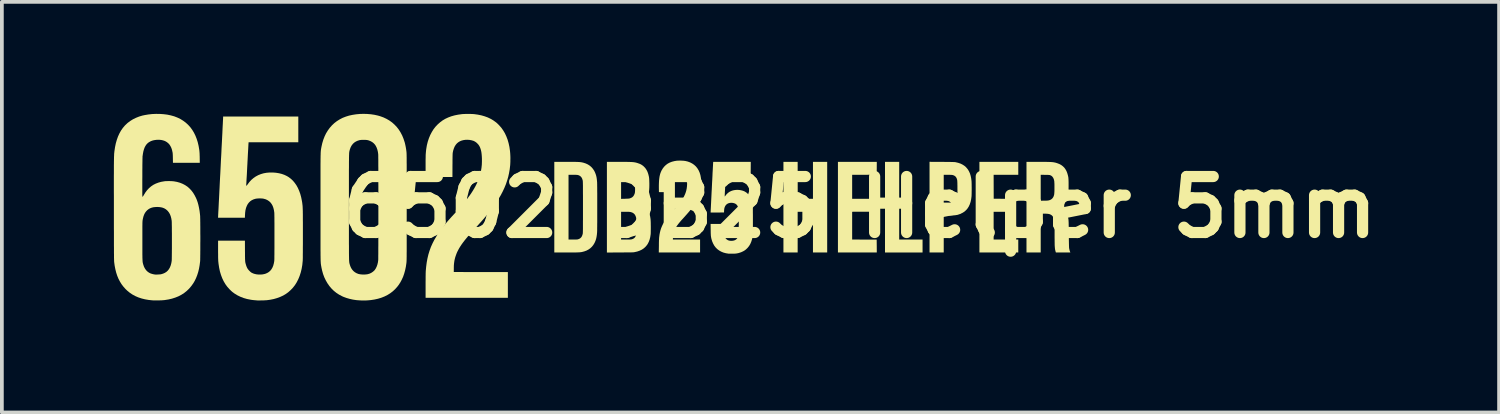
<source format=kicad_pcb>
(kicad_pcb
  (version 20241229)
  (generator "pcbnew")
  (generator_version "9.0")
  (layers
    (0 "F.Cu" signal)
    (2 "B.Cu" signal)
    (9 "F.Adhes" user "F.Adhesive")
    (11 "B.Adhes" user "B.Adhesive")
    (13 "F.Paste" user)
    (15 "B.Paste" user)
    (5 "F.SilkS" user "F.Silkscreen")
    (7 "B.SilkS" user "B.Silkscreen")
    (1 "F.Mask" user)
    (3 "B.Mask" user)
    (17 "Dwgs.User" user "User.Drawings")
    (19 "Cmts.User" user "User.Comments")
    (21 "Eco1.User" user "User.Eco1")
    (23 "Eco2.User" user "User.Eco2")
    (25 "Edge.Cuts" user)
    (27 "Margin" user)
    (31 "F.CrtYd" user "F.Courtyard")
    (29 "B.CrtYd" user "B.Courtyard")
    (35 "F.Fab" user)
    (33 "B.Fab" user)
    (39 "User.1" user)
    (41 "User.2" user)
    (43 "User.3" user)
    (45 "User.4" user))
  (footprint "6502 DB25 Helper 5mm"
    (layer "F.Cu")
    (at 19.987 2.5)
    (property "Reference" "6502 DB25 Helper 5mm" (at 0 0 0) (layer "F.SilkS") (effects (font (size 1.5 1.5) (thickness 0.3))))
    (attr board_only exclude_from_pos_files exclude_from_bom)
    (fp_poly (pts (xy 1.051 -0.173) (xy 1.051 0.867) (xy 1.364 0.867) (xy 1.677 0.867) (xy 1.677 1.041) (xy 1.677 1.214) (xy 1.174 1.214) (xy 0.671 1.214) (xy 0.671 0) (xy 0.671 -1.214) (xy 0.861 -1.214) (xy 1.051 -1.214)) (stroke (width 0) (type solid)) (fill yes) (layer "F.SilkS"))
    (fp_poly (pts (xy -1.668 -0.72) (xy -1.667 -0.226) (xy -1.463 -0.225) (xy -1.259 -0.224) (xy -1.259 -0.719) (xy -1.259 -1.214) (xy -1.068 -1.214) (xy -0.878 -1.214) (xy -0.878 0) (xy -0.878 1.214) (xy -1.068 1.214) (xy -1.259 1.214) (xy -1.259 0.668) (xy -1.259 0.123) (xy -1.464 0.123) (xy -1.669 0.123) (xy -1.669 0.668) (xy -1.669 1.214) (xy -1.859 1.214) (xy -2.05 1.214) (xy -2.05 0) (xy -2.05 -1.214) (xy -1.859 -1.214) (xy -1.669 -1.214)) (stroke (width 0) (type solid)) (fill yes) (layer "F.SilkS"))
    (fp_poly (pts (xy 0.45 -1.042) (xy 0.448 -0.869) (xy 0.12 -0.868) (xy -0.209 -0.867) (xy -0.209 -0.546) (xy -0.209 -0.224) (xy 0.053 -0.224) (xy 0.315 -0.224) (xy 0.314 -0.052) (xy 0.313 0.121) (xy 0.052 0.122) (xy -0.209 0.123) (xy -0.209 0.495) (xy -0.209 0.867) (xy 0.12 0.868) (xy 0.448 0.869) (xy 0.45 1.042) (xy 0.451 1.214) (xy -0.07 1.214) (xy -0.59 1.214) (xy -0.59 0) (xy -0.59 -1.214) (xy -0.07 -1.214) (xy 0.451 -1.214)) (stroke (width 0) (type solid)) (fill yes) (layer "F.SilkS"))
    (fp_poly (pts (xy 4.241 -1.041) (xy 4.241 -0.867) (xy 3.911 -0.867) (xy 3.581 -0.867) (xy 3.582 -0.547) (xy 3.583 -0.226) (xy 3.844 -0.225) (xy 4.106 -0.224) (xy 4.106 -0.051) (xy 4.106 0.123) (xy 3.843 0.123) (xy 3.581 0.123) (xy 3.581 0.495) (xy 3.581 0.867) (xy 3.911 0.867) (xy 4.241 0.867) (xy 4.241 1.041) (xy 4.241 1.214) (xy 3.721 1.214) (xy 3.2 1.214) (xy 3.2 0) (xy 3.2 -1.214) (xy 3.721 -1.214) (xy 4.241 -1.214)) (stroke (width 0) (type solid)) (fill yes) (layer "F.SilkS"))
    (fp_poly (pts (xy 2.197 -1.213) (xy 2.259 -1.213) (xy 2.313 -1.212) (xy 2.36 -1.212) (xy 2.401 -1.212) (xy 2.435 -1.211) (xy 2.464 -1.211) (xy 2.488 -1.21) (xy 2.508 -1.209) (xy 2.524 -1.209) (xy 2.537 -1.208) (xy 2.548 -1.207) (xy 2.557 -1.206) (xy 2.565 -1.204) (xy 2.566 -1.204) (xy 2.632 -1.188) (xy 2.692 -1.168) (xy 2.745 -1.142) (xy 2.793 -1.112) (xy 2.835 -1.077) (xy 2.872 -1.035) (xy 2.895 -1.005) (xy 2.923 -0.956) (xy 2.947 -0.902) (xy 2.965 -0.842) (xy 2.979 -0.777) (xy 2.988 -0.706) (xy 2.989 -0.696) (xy 2.99 -0.675) (xy 2.991 -0.647) (xy 2.992 -0.613) (xy 2.992 -0.575) (xy 2.993 -0.534) (xy 2.993 -0.492) (xy 2.993 -0.45) (xy 2.992 -0.41) (xy 2.992 -0.372) (xy 2.991 -0.339) (xy 2.99 -0.311) (xy 2.989 -0.291) (xy 2.989 -0.29) (xy 2.979 -0.213) (xy 2.964 -0.143) (xy 2.943 -0.079) (xy 2.917 -0.022) (xy 2.885 0.03) (xy 2.847 0.075) (xy 2.804 0.115) (xy 2.754 0.148) (xy 2.699 0.175) (xy 2.69 0.179) (xy 2.658 0.191) (xy 2.626 0.201) (xy 2.593 0.209) (xy 2.557 0.215) (xy 2.518 0.219) (xy 2.473 0.222) (xy 2.423 0.224) (xy 2.366 0.224) (xy 2.244 0.224) (xy 2.244 0.719) (xy 2.244 1.214) (xy 2.054 1.214) (xy 1.864 1.214) (xy 1.864 -0.000213) (xy 1.864 -0.495) (xy 2.244 -0.495) (xy 2.244 -0.123) (xy 2.353 -0.123) (xy 2.389 -0.123) (xy 2.418 -0.123) (xy 2.441 -0.124) (xy 2.459 -0.125) (xy 2.473 -0.127) (xy 2.484 -0.129) (xy 2.487 -0.129) (xy 2.522 -0.142) (xy 2.551 -0.161) (xy 2.574 -0.186) (xy 2.591 -0.217) (xy 2.598 -0.236) (xy 2.601 -0.25) (xy 2.604 -0.265) (xy 2.607 -0.283) (xy 2.609 -0.305) (xy 2.61 -0.33) (xy 2.611 -0.361) (xy 2.612 -0.397) (xy 2.612 -0.439) (xy 2.611 -0.489) (xy 2.611 -0.523) (xy 2.611 -0.569) (xy 2.61 -0.607) (xy 2.61 -0.639) (xy 2.609 -0.664) (xy 2.608 -0.685) (xy 2.607 -0.701) (xy 2.606 -0.714) (xy 2.605 -0.725) (xy 2.603 -0.734) (xy 2.602 -0.738) (xy 2.59 -0.775) (xy 2.573 -0.804) (xy 2.552 -0.828) (xy 2.526 -0.845) (xy 2.513 -0.851) (xy 2.5 -0.856) (xy 2.487 -0.86) (xy 2.472 -0.863) (xy 2.454 -0.865) (xy 2.432 -0.866) (xy 2.405 -0.867) (xy 2.37 -0.867) (xy 2.353 -0.867) (xy 2.244 -0.867) (xy 2.244 -0.495) (xy 1.864 -0.495) (xy 1.864 -1.215)) (stroke (width 0) (type solid)) (fill yes) (layer "F.SilkS"))
    (fp_poly (pts (xy -4.785 -1.247) (xy -4.75 -1.245) (xy -4.717 -1.243) (xy -4.69 -1.239) (xy -4.679 -1.238) (xy -4.612 -1.222) (xy -4.55 -1.199) (xy -4.494 -1.17) (xy -4.443 -1.135) (xy -4.398 -1.094) (xy -4.359 -1.047) (xy -4.326 -0.993) (xy -4.318 -0.979) (xy -4.294 -0.923) (xy -4.275 -0.861) (xy -4.262 -0.795) (xy -4.253 -0.725) (xy -4.25 -0.653) (xy -4.252 -0.58) (xy -4.26 -0.507) (xy -4.273 -0.436) (xy -4.283 -0.392) (xy -4.307 -0.318) (xy -4.337 -0.246) (xy -4.373 -0.173) (xy -4.416 -0.099) (xy -4.467 -0.023) (xy -4.489 0.008) (xy -4.512 0.039) (xy -4.538 0.071) (xy -4.565 0.105) (xy -4.596 0.141) (xy -4.631 0.181) (xy -4.67 0.225) (xy -4.714 0.274) (xy -4.736 0.299) (xy -4.784 0.351) (xy -4.825 0.399) (xy -4.861 0.443) (xy -4.891 0.483) (xy -4.917 0.521) (xy -4.939 0.557) (xy -4.958 0.592) (xy -4.972 0.625) (xy -4.984 0.659) (xy -4.994 0.694) (xy -4.994 0.695) (xy -4.998 0.715) (xy -5.002 0.742) (xy -5.006 0.771) (xy -5.009 0.801) (xy -5.01 0.83) (xy -5.011 0.849) (xy -5.011 0.867) (xy -4.647 0.867) (xy -4.283 0.867) (xy -4.283 1.041) (xy -4.283 1.214) (xy -4.836 1.214) (xy -5.389 1.214) (xy -5.386 1.029) (xy -5.386 0.975) (xy -5.385 0.928) (xy -5.384 0.889) (xy -5.382 0.856) (xy -5.381 0.829) (xy -5.379 0.806) (xy -5.377 0.791) (xy -5.369 0.731) (xy -5.358 0.675) (xy -5.345 0.622) (xy -5.329 0.571) (xy -5.309 0.521) (xy -5.287 0.472) (xy -5.26 0.422) (xy -5.229 0.372) (xy -5.193 0.32) (xy -5.152 0.266) (xy -5.106 0.209) (xy -5.053 0.148) (xy -5.002 0.09) (xy -4.946 0.028) (xy -4.896 -0.03) (xy -4.852 -0.084) (xy -4.813 -0.134) (xy -4.779 -0.181) (xy -4.75 -0.225) (xy -4.724 -0.268) (xy -4.703 -0.31) (xy -4.684 -0.351) (xy -4.669 -0.392) (xy -4.656 -0.434) (xy -4.653 -0.445) (xy -4.642 -0.496) (xy -4.635 -0.549) (xy -4.631 -0.604) (xy -4.631 -0.658) (xy -4.635 -0.709) (xy -4.642 -0.755) (xy -4.648 -0.776) (xy -4.662 -0.812) (xy -4.682 -0.842) (xy -4.707 -0.867) (xy -4.739 -0.885) (xy -4.775 -0.897) (xy -4.816 -0.902) (xy -4.861 -0.9) (xy -4.862 -0.9) (xy -4.901 -0.892) (xy -4.934 -0.878) (xy -4.963 -0.857) (xy -4.986 -0.829) (xy -4.996 -0.811) (xy -5.003 -0.797) (xy -5.009 -0.783) (xy -5.013 -0.77) (xy -5.017 -0.756) (xy -5.02 -0.739) (xy -5.022 -0.719) (xy -5.023 -0.696) (xy -5.025 -0.667) (xy -5.026 -0.633) (xy -5.026 -0.592) (xy -5.027 -0.562) (xy -5.029 -0.402) (xy -5.207 -0.403) (xy -5.385 -0.404) (xy -5.387 -0.512) (xy -5.387 -0.587) (xy -5.385 -0.654) (xy -5.382 -0.715) (xy -5.376 -0.77) (xy -5.369 -0.819) (xy -5.359 -0.864) (xy -5.347 -0.906) (xy -5.332 -0.945) (xy -5.315 -0.982) (xy -5.314 -0.985) (xy -5.281 -1.039) (xy -5.243 -1.087) (xy -5.2 -1.129) (xy -5.152 -1.165) (xy -5.098 -1.194) (xy -5.038 -1.217) (xy -4.972 -1.234) (xy -4.913 -1.244) (xy -4.888 -1.246) (xy -4.857 -1.247) (xy -4.822 -1.247)) (stroke (width 0) (type solid)) (fill yes) (layer "F.SilkS"))
    (fp_poly (pts (xy -7.804 -1.214) (xy -7.746 -1.214) (xy -7.696 -1.214) (xy -7.652 -1.213) (xy -7.613 -1.213) (xy -7.58 -1.212) (xy -7.552 -1.211) (xy -7.527 -1.21) (xy -7.505 -1.208) (xy -7.486 -1.206) (xy -7.469 -1.204) (xy -7.453 -1.201) (xy -7.438 -1.198) (xy -7.422 -1.194) (xy -7.408 -1.191) (xy -7.346 -1.171) (xy -7.29 -1.145) (xy -7.24 -1.113) (xy -7.195 -1.075) (xy -7.156 -1.03) (xy -7.122 -0.98) (xy -7.11 -0.957) (xy -7.089 -0.91) (xy -7.071 -0.86) (xy -7.058 -0.807) (xy -7.049 -0.749) (xy -7.043 -0.685) (xy -7.042 -0.675) (xy -7.041 -0.66) (xy -7.041 -0.638) (xy -7.04 -0.608) (xy -7.04 -0.572) (xy -7.039 -0.529) (xy -7.039 -0.482) (xy -7.039 -0.429) (xy -7.038 -0.373) (xy -7.038 -0.312) (xy -7.038 -0.249) (xy -7.038 -0.184) (xy -7.038 -0.117) (xy -7.038 -0.049) (xy -7.038 0.019) (xy -7.038 0.088) (xy -7.038 0.155) (xy -7.038 0.221) (xy -7.038 0.285) (xy -7.038 0.347) (xy -7.038 0.405) (xy -7.039 0.459) (xy -7.039 0.509) (xy -7.04 0.554) (xy -7.04 0.593) (xy -7.04 0.626) (xy -7.041 0.651) (xy -7.042 0.669) (xy -7.042 0.675) (xy -7.048 0.74) (xy -7.057 0.799) (xy -7.069 0.853) (xy -7.086 0.903) (xy -7.107 0.951) (xy -7.11 0.957) (xy -7.142 1.011) (xy -7.179 1.058) (xy -7.222 1.099) (xy -7.27 1.133) (xy -7.324 1.162) (xy -7.384 1.184) (xy -7.433 1.197) (xy -7.447 1.2) (xy -7.461 1.203) (xy -7.476 1.205) (xy -7.493 1.207) (xy -7.511 1.209) (xy -7.532 1.21) (xy -7.556 1.211) (xy -7.584 1.212) (xy -7.617 1.213) (xy -7.655 1.213) (xy -7.699 1.214) (xy -7.75 1.214) (xy -7.807 1.214) (xy -7.87 1.214) (xy -8.188 1.214) (xy -8.188 0) (xy -7.807 0) (xy -7.807 0.867) (xy -7.692 0.867) (xy -7.653 0.867) (xy -7.622 0.867) (xy -7.597 0.866) (xy -7.578 0.865) (xy -7.564 0.863) (xy -7.554 0.861) (xy -7.519 0.848) (xy -7.49 0.83) (xy -7.466 0.806) (xy -7.447 0.775) (xy -7.433 0.737) (xy -7.428 0.718) (xy -7.427 0.714) (xy -7.426 0.708) (xy -7.425 0.702) (xy -7.424 0.694) (xy -7.424 0.683) (xy -7.423 0.671) (xy -7.423 0.655) (xy -7.422 0.637) (xy -7.422 0.614) (xy -7.421 0.588) (xy -7.421 0.557) (xy -7.421 0.522) (xy -7.421 0.481) (xy -7.421 0.434) (xy -7.421 0.382) (xy -7.42 0.323) (xy -7.42 0.258) (xy -7.42 0.185) (xy -7.42 0.104) (xy -7.42 0.016) (xy -7.42 0) (xy -7.42 -0.09) (xy -7.42 -0.172) (xy -7.42 -0.246) (xy -7.42 -0.312) (xy -7.421 -0.372) (xy -7.421 -0.426) (xy -7.421 -0.473) (xy -7.421 -0.515) (xy -7.421 -0.551) (xy -7.421 -0.583) (xy -7.422 -0.61) (xy -7.422 -0.633) (xy -7.423 -0.652) (xy -7.423 -0.668) (xy -7.424 -0.681) (xy -7.424 -0.692) (xy -7.425 -0.701) (xy -7.426 -0.707) (xy -7.426 -0.713) (xy -7.427 -0.717) (xy -7.428 -0.718) (xy -7.44 -0.759) (xy -7.457 -0.793) (xy -7.479 -0.82) (xy -7.506 -0.841) (xy -7.538 -0.856) (xy -7.554 -0.861) (xy -7.565 -0.863) (xy -7.579 -0.865) (xy -7.598 -0.866) (xy -7.623 -0.867) (xy -7.654 -0.867) (xy -7.692 -0.867) (xy -7.807 -0.867) (xy -7.807 0) (xy -8.188 0) (xy -8.188 -1.214) (xy -7.87 -1.214)) (stroke (width 0) (type solid)) (fill yes) (layer "F.SilkS"))
    (fp_poly (pts (xy 4.843 -1.214) (xy 4.903 -1.214) (xy 4.957 -1.214) (xy 5.003 -1.213) (xy 5.044 -1.212) (xy 5.08 -1.211) (xy 5.112 -1.21) (xy 5.139 -1.208) (xy 5.164 -1.206) (xy 5.185 -1.203) (xy 5.205 -1.199) (xy 5.224 -1.196) (xy 5.242 -1.191) (xy 5.26 -1.186) (xy 5.279 -1.18) (xy 5.284 -1.178) (xy 5.34 -1.157) (xy 5.389 -1.131) (xy 5.432 -1.099) (xy 5.47 -1.063) (xy 5.502 -1.02) (xy 5.53 -0.972) (xy 5.552 -0.917) (xy 5.57 -0.855) (xy 5.581 -0.806) (xy 5.583 -0.788) (xy 5.585 -0.764) (xy 5.587 -0.733) (xy 5.588 -0.698) (xy 5.589 -0.659) (xy 5.589 -0.618) (xy 5.589 -0.576) (xy 5.589 -0.534) (xy 5.588 -0.494) (xy 5.588 -0.456) (xy 5.586 -0.423) (xy 5.585 -0.395) (xy 5.582 -0.373) (xy 5.581 -0.364) (xy 5.568 -0.305) (xy 5.552 -0.253) (xy 5.531 -0.205) (xy 5.503 -0.157) (xy 5.471 -0.116) (xy 5.433 -0.082) (xy 5.39 -0.053) (xy 5.376 -0.045) (xy 5.361 -0.037) (xy 5.349 -0.03) (xy 5.343 -0.025) (xy 5.342 -0.024) (xy 5.346 -0.021) (xy 5.357 -0.016) (xy 5.371 -0.01) (xy 5.374 -0.008) (xy 5.415 0.012) (xy 5.452 0.036) (xy 5.483 0.066) (xy 5.511 0.102) (xy 5.534 0.144) (xy 5.554 0.192) (xy 5.569 0.247) (xy 5.582 0.309) (xy 5.585 0.328) (xy 5.586 0.338) (xy 5.587 0.35) (xy 5.588 0.365) (xy 5.589 0.383) (xy 5.59 0.404) (xy 5.591 0.43) (xy 5.591 0.461) (xy 5.592 0.497) (xy 5.593 0.539) (xy 5.593 0.587) (xy 5.594 0.643) (xy 5.595 0.707) (xy 5.595 0.721) (xy 5.596 0.793) (xy 5.596 0.858) (xy 5.597 0.915) (xy 5.598 0.965) (xy 5.599 1.008) (xy 5.6 1.043) (xy 5.601 1.069) (xy 5.602 1.088) (xy 5.603 1.098) (xy 5.61 1.132) (xy 5.618 1.165) (xy 5.628 1.193) (xy 5.629 1.196) (xy 5.637 1.214) (xy 5.443 1.214) (xy 5.249 1.214) (xy 5.24 1.186) (xy 5.236 1.17) (xy 5.232 1.154) (xy 5.228 1.138) (xy 5.225 1.121) (xy 5.223 1.102) (xy 5.221 1.081) (xy 5.219 1.057) (xy 5.217 1.029) (xy 5.216 0.996) (xy 5.216 0.959) (xy 5.215 0.917) (xy 5.215 0.868) (xy 5.214 0.812) (xy 5.214 0.749) (xy 5.214 0.717) (xy 5.214 0.666) (xy 5.214 0.618) (xy 5.214 0.571) (xy 5.213 0.528) (xy 5.213 0.49) (xy 5.212 0.456) (xy 5.211 0.428) (xy 5.211 0.406) (xy 5.21 0.392) (xy 5.21 0.389) (xy 5.203 0.343) (xy 5.193 0.303) (xy 5.179 0.27) (xy 5.161 0.243) (xy 5.146 0.226) (xy 5.128 0.211) (xy 5.109 0.2) (xy 5.088 0.19) (xy 5.063 0.183) (xy 5.034 0.178) (xy 4.999 0.175) (xy 4.958 0.174) (xy 4.927 0.174) (xy 4.842 0.173) (xy 4.842 0.694) (xy 4.842 1.214) (xy 4.651 1.214) (xy 4.461 1.214) (xy 4.461 0) (xy 4.461 -0.521) (xy 4.842 -0.521) (xy 4.842 -0.173) (xy 4.927 -0.174) (xy 4.963 -0.174) (xy 4.995 -0.175) (xy 5.022 -0.177) (xy 5.041 -0.179) (xy 5.045 -0.179) (xy 5.086 -0.19) (xy 5.12 -0.207) (xy 5.149 -0.23) (xy 5.172 -0.259) (xy 5.19 -0.294) (xy 5.202 -0.336) (xy 5.203 -0.344) (xy 5.205 -0.362) (xy 5.207 -0.386) (xy 5.209 -0.416) (xy 5.21 -0.45) (xy 5.21 -0.487) (xy 5.21 -0.526) (xy 5.21 -0.565) (xy 5.21 -0.602) (xy 5.209 -0.636) (xy 5.207 -0.666) (xy 5.206 -0.691) (xy 5.203 -0.709) (xy 5.193 -0.75) (xy 5.177 -0.786) (xy 5.156 -0.816) (xy 5.131 -0.839) (xy 5.101 -0.855) (xy 5.093 -0.858) (xy 5.086 -0.86) (xy 5.077 -0.862) (xy 5.066 -0.863) (xy 5.052 -0.864) (xy 5.033 -0.865) (xy 5.009 -0.866) (xy 4.978 -0.866) (xy 4.959 -0.866) (xy 4.842 -0.868) (xy 4.842 -0.521) (xy 4.461 -0.521) (xy 4.461 -1.214) (xy 4.774 -1.214)) (stroke (width 0) (type solid)) (fill yes) (layer "F.SilkS"))
    (fp_poly (pts (xy -6.393 -1.214) (xy -6.332 -1.214) (xy -6.279 -1.214) (xy -6.232 -1.213) (xy -6.19 -1.212) (xy -6.154 -1.211) (xy -6.123 -1.21) (xy -6.095 -1.208) (xy -6.07 -1.206) (xy -6.049 -1.203) (xy -6.029 -1.2) (xy -6.01 -1.196) (xy -5.992 -1.192) (xy -5.974 -1.186) (xy -5.955 -1.181) (xy -5.948 -1.178) (xy -5.905 -1.163) (xy -5.868 -1.146) (xy -5.836 -1.126) (xy -5.805 -1.103) (xy -5.784 -1.083) (xy -5.748 -1.044) (xy -5.718 -0.999) (xy -5.692 -0.948) (xy -5.672 -0.891) (xy -5.656 -0.828) (xy -5.653 -0.812) (xy -5.65 -0.795) (xy -5.648 -0.776) (xy -5.646 -0.756) (xy -5.645 -0.732) (xy -5.644 -0.703) (xy -5.643 -0.667) (xy -5.642 -0.647) (xy -5.642 -0.583) (xy -5.643 -0.526) (xy -5.646 -0.475) (xy -5.65 -0.43) (xy -5.656 -0.389) (xy -5.665 -0.352) (xy -5.675 -0.317) (xy -5.688 -0.284) (xy -5.701 -0.257) (xy -5.727 -0.213) (xy -5.758 -0.174) (xy -5.795 -0.139) (xy -5.835 -0.11) (xy -5.869 -0.092) (xy -5.879 -0.087) (xy -5.885 -0.082) (xy -5.886 -0.08) (xy -5.882 -0.076) (xy -5.871 -0.071) (xy -5.857 -0.064) (xy -5.853 -0.062) (xy -5.803 -0.036) (xy -5.759 -0.004) (xy -5.72 0.034) (xy -5.687 0.079) (xy -5.659 0.129) (xy -5.637 0.187) (xy -5.62 0.25) (xy -5.61 0.317) (xy -5.608 0.336) (xy -5.607 0.362) (xy -5.605 0.393) (xy -5.604 0.429) (xy -5.604 0.468) (xy -5.603 0.509) (xy -5.603 0.551) (xy -5.603 0.591) (xy -5.604 0.63) (xy -5.604 0.665) (xy -5.605 0.695) (xy -5.606 0.72) (xy -5.608 0.734) (xy -5.619 0.806) (xy -5.636 0.872) (xy -5.658 0.931) (xy -5.687 0.986) (xy -5.711 1.021) (xy -5.75 1.066) (xy -5.794 1.105) (xy -5.844 1.138) (xy -5.901 1.165) (xy -5.963 1.187) (xy -6.028 1.202) (xy -6.037 1.204) (xy -6.046 1.205) (xy -6.055 1.207) (xy -6.065 1.208) (xy -6.076 1.209) (xy -6.09 1.209) (xy -6.107 1.21) (xy -6.128 1.211) (xy -6.153 1.211) (xy -6.182 1.211) (xy -6.217 1.212) (xy -6.257 1.212) (xy -6.305 1.212) (xy -6.359 1.213) (xy -6.422 1.213) (xy -6.427 1.213) (xy -6.779 1.215) (xy -6.779 0.495) (xy -6.399 0.495) (xy -6.399 0.867) (xy -6.269 0.867) (xy -6.23 0.867) (xy -6.198 0.867) (xy -6.173 0.866) (xy -6.153 0.866) (xy -6.138 0.864) (xy -6.126 0.863) (xy -6.116 0.861) (xy -6.114 0.861) (xy -6.08 0.849) (xy -6.052 0.832) (xy -6.029 0.81) (xy -6.012 0.782) (xy -5.998 0.747) (xy -5.992 0.722) (xy -5.99 0.711) (xy -5.988 0.7) (xy -5.987 0.687) (xy -5.986 0.672) (xy -5.985 0.654) (xy -5.985 0.632) (xy -5.984 0.604) (xy -5.984 0.57) (xy -5.984 0.529) (xy -5.984 0.52) (xy -5.984 0.47) (xy -5.985 0.427) (xy -5.985 0.391) (xy -5.987 0.36) (xy -5.989 0.334) (xy -5.991 0.313) (xy -5.994 0.293) (xy -5.998 0.276) (xy -6.002 0.26) (xy -6.005 0.252) (xy -6.021 0.215) (xy -6.042 0.185) (xy -6.069 0.162) (xy -6.102 0.143) (xy -6.141 0.131) (xy -6.149 0.129) (xy -6.163 0.127) (xy -6.183 0.125) (xy -6.208 0.124) (xy -6.241 0.123) (xy -6.282 0.123) (xy -6.288 0.123) (xy -6.399 0.123) (xy -6.399 0.495) (xy -6.779 0.495) (xy -6.779 0.000202) (xy -6.779 -0.545) (xy -6.399 -0.545) (xy -6.399 -0.223) (xy -6.296 -0.225) (xy -6.259 -0.227) (xy -6.229 -0.228) (xy -6.206 -0.229) (xy -6.188 -0.231) (xy -6.174 -0.233) (xy -6.168 -0.235) (xy -6.13 -0.249) (xy -6.099 -0.267) (xy -6.073 -0.292) (xy -6.053 -0.322) (xy -6.037 -0.36) (xy -6.035 -0.365) (xy -6.032 -0.376) (xy -6.03 -0.385) (xy -6.028 -0.395) (xy -6.027 -0.407) (xy -6.026 -0.421) (xy -6.025 -0.439) (xy -6.024 -0.463) (xy -6.024 -0.492) (xy -6.023 -0.529) (xy -6.023 -0.575) (xy -6.023 -0.614) (xy -6.023 -0.646) (xy -6.025 -0.673) (xy -6.027 -0.696) (xy -6.03 -0.716) (xy -6.034 -0.734) (xy -6.039 -0.751) (xy -6.04 -0.753) (xy -6.056 -0.789) (xy -6.077 -0.818) (xy -6.104 -0.841) (xy -6.132 -0.855) (xy -6.139 -0.858) (xy -6.146 -0.86) (xy -6.155 -0.862) (xy -6.165 -0.863) (xy -6.179 -0.864) (xy -6.198 -0.865) (xy -6.222 -0.866) (xy -6.252 -0.866) (xy -6.277 -0.866) (xy -6.399 -0.868) (xy -6.399 -0.545) (xy -6.779 -0.545) (xy -6.779 -1.214) (xy -6.462 -1.214)) (stroke (width 0) (type solid)) (fill yes) (layer "F.SilkS"))
    (fp_poly (pts (xy -10.458 -2.497) (xy -10.42 -2.497) (xy -10.386 -2.496) (xy -10.357 -2.494) (xy -10.337 -2.493) (xy -10.237 -2.479) (xy -10.143 -2.46) (xy -10.056 -2.435) (xy -9.973 -2.405) (xy -9.897 -2.369) (xy -9.825 -2.327) (xy -9.758 -2.279) (xy -9.747 -2.271) (xy -9.731 -2.257) (xy -9.712 -2.24) (xy -9.692 -2.22) (xy -9.672 -2.201) (xy -9.667 -2.195) (xy -9.609 -2.13) (xy -9.558 -2.058) (xy -9.512 -1.981) (xy -9.473 -1.897) (xy -9.439 -1.808) (xy -9.412 -1.713) (xy -9.39 -1.612) (xy -9.375 -1.505) (xy -9.369 -1.439) (xy -9.367 -1.403) (xy -9.365 -1.361) (xy -9.364 -1.315) (xy -9.365 -1.268) (xy -9.365 -1.221) (xy -9.367 -1.177) (xy -9.369 -1.138) (xy -9.371 -1.115) (xy -9.383 -1.012) (xy -9.401 -0.91) (xy -9.423 -0.811) (xy -9.452 -0.712) (xy -9.485 -0.614) (xy -9.525 -0.517) (xy -9.571 -0.419) (xy -9.623 -0.32) (xy -9.682 -0.22) (xy -9.747 -0.118) (xy -9.82 -0.015) (xy -9.9 0.091) (xy -9.987 0.2) (xy -10.02 0.241) (xy -10.053 0.28) (xy -10.085 0.318) (xy -10.118 0.355) (xy -10.151 0.393) (xy -10.188 0.433) (xy -10.227 0.477) (xy -10.271 0.525) (xy -10.295 0.55) (xy -10.366 0.628) (xy -10.431 0.7) (xy -10.49 0.768) (xy -10.543 0.832) (xy -10.592 0.892) (xy -10.635 0.948) (xy -10.674 1.002) (xy -10.708 1.054) (xy -10.739 1.104) (xy -10.765 1.153) (xy -10.789 1.2) (xy -10.809 1.247) (xy -10.826 1.295) (xy -10.842 1.342) (xy -10.851 1.377) (xy -10.862 1.423) (xy -10.869 1.468) (xy -10.875 1.515) (xy -10.879 1.565) (xy -10.88 1.622) (xy -10.88 1.637) (xy -10.881 1.737) (xy -10.156 1.738) (xy -9.432 1.739) (xy -9.432 2.084) (xy -9.432 2.428) (xy -10.534 2.428) (xy -11.636 2.428) (xy -11.636 2.104) (xy -11.636 2.05) (xy -11.636 1.998) (xy -11.635 1.947) (xy -11.635 1.9) (xy -11.635 1.856) (xy -11.634 1.816) (xy -11.634 1.781) (xy -11.633 1.753) (xy -11.632 1.731) (xy -11.632 1.718) (xy -11.621 1.596) (xy -11.606 1.481) (xy -11.586 1.372) (xy -11.561 1.267) (xy -11.53 1.166) (xy -11.494 1.067) (xy -11.451 0.971) (xy -11.402 0.875) (xy -11.346 0.78) (xy -11.283 0.683) (xy -11.215 0.588) (xy -11.182 0.544) (xy -11.148 0.501) (xy -11.113 0.457) (xy -11.076 0.413) (xy -11.037 0.367) (xy -10.993 0.318) (xy -10.946 0.265) (xy -10.893 0.208) (xy -10.881 0.195) (xy -10.797 0.103) (xy -10.719 0.015) (xy -10.648 -0.068) (xy -10.583 -0.147) (xy -10.523 -0.223) (xy -10.469 -0.295) (xy -10.419 -0.365) (xy -10.375 -0.433) (xy -10.335 -0.499) (xy -10.299 -0.564) (xy -10.267 -0.628) (xy -10.239 -0.691) (xy -10.214 -0.754) (xy -10.196 -0.806) (xy -10.171 -0.89) (xy -10.152 -0.972) (xy -10.139 -1.053) (xy -10.13 -1.136) (xy -10.127 -1.222) (xy -10.127 -1.295) (xy -10.13 -1.362) (xy -10.135 -1.422) (xy -10.142 -1.476) (xy -10.152 -1.524) (xy -10.165 -1.567) (xy -10.18 -1.607) (xy -10.197 -1.64) (xy -10.218 -1.672) (xy -10.246 -1.703) (xy -10.277 -1.732) (xy -10.311 -1.756) (xy -10.346 -1.774) (xy -10.353 -1.777) (xy -10.405 -1.792) (xy -10.46 -1.802) (xy -10.516 -1.806) (xy -10.572 -1.804) (xy -10.626 -1.796) (xy -10.677 -1.782) (xy -10.715 -1.766) (xy -10.757 -1.741) (xy -10.794 -1.711) (xy -10.826 -1.674) (xy -10.854 -1.631) (xy -10.876 -1.581) (xy -10.895 -1.524) (xy -10.905 -1.48) (xy -10.907 -1.471) (xy -10.908 -1.462) (xy -10.909 -1.453) (xy -10.911 -1.443) (xy -10.911 -1.43) (xy -10.912 -1.415) (xy -10.913 -1.397) (xy -10.913 -1.375) (xy -10.914 -1.348) (xy -10.914 -1.316) (xy -10.915 -1.278) (xy -10.915 -1.233) (xy -10.915 -1.182) (xy -10.916 -1.122) (xy -10.916 -1.122) (xy -10.917 -0.808) (xy -11.277 -0.808) (xy -11.636 -0.808) (xy -11.636 -1.095) (xy -11.636 -1.159) (xy -11.636 -1.215) (xy -11.636 -1.264) (xy -11.635 -1.307) (xy -11.634 -1.345) (xy -11.634 -1.378) (xy -11.633 -1.408) (xy -11.631 -1.435) (xy -11.629 -1.46) (xy -11.627 -1.483) (xy -11.625 -1.506) (xy -11.622 -1.53) (xy -11.619 -1.555) (xy -11.602 -1.657) (xy -11.578 -1.754) (xy -11.548 -1.845) (xy -11.512 -1.932) (xy -11.47 -2.012) (xy -11.423 -2.088) (xy -11.369 -2.157) (xy -11.309 -2.22) (xy -11.244 -2.277) (xy -11.179 -2.325) (xy -11.108 -2.367) (xy -11.031 -2.403) (xy -10.949 -2.434) (xy -10.86 -2.459) (xy -10.766 -2.478) (xy -10.665 -2.492) (xy -10.663 -2.493) (xy -10.64 -2.494) (xy -10.61 -2.496) (xy -10.575 -2.497) (xy -10.537 -2.497) (xy -10.498 -2.498)) (stroke (width 0) (type solid)) (fill yes) (layer "F.SilkS"))
    (fp_poly (pts (xy -2.926 -1.042) (xy -2.928 -0.869) (xy -3.261 -0.868) (xy -3.324 -0.868) (xy -3.379 -0.868) (xy -3.427 -0.867) (xy -3.468 -0.867) (xy -3.502 -0.867) (xy -3.53 -0.866) (xy -3.552 -0.866) (xy -3.569 -0.865) (xy -3.581 -0.864) (xy -3.589 -0.864) (xy -3.593 -0.863) (xy -3.594 -0.862) (xy -3.594 -0.857) (xy -3.595 -0.844) (xy -3.596 -0.824) (xy -3.597 -0.798) (xy -3.599 -0.767) (xy -3.601 -0.73) (xy -3.603 -0.69) (xy -3.605 -0.646) (xy -3.608 -0.599) (xy -3.609 -0.586) (xy -3.612 -0.529) (xy -3.614 -0.479) (xy -3.617 -0.437) (xy -3.619 -0.401) (xy -3.62 -0.372) (xy -3.621 -0.348) (xy -3.622 -0.329) (xy -3.623 -0.315) (xy -3.623 -0.304) (xy -3.623 -0.297) (xy -3.623 -0.292) (xy -3.622 -0.289) (xy -3.621 -0.288) (xy -3.62 -0.288) (xy -3.62 -0.288) (xy -3.616 -0.291) (xy -3.609 -0.299) (xy -3.601 -0.311) (xy -3.582 -0.336) (xy -3.558 -0.361) (xy -3.531 -0.385) (xy -3.505 -0.405) (xy -3.497 -0.41) (xy -3.451 -0.433) (xy -3.401 -0.45) (xy -3.348 -0.46) (xy -3.293 -0.464) (xy -3.238 -0.462) (xy -3.184 -0.453) (xy -3.132 -0.439) (xy -3.083 -0.418) (xy -3.079 -0.415) (xy -3.037 -0.388) (xy -2.999 -0.353) (xy -2.965 -0.311) (xy -2.936 -0.263) (xy -2.912 -0.209) (xy -2.892 -0.149) (xy -2.886 -0.123) (xy -2.883 -0.109) (xy -2.88 -0.097) (xy -2.878 -0.084) (xy -2.876 -0.072) (xy -2.874 -0.059) (xy -2.873 -0.044) (xy -2.872 -0.027) (xy -2.871 -0.007) (xy -2.87 0.015) (xy -2.869 0.042) (xy -2.869 0.073) (xy -2.869 0.109) (xy -2.869 0.151) (xy -2.868 0.199) (xy -2.868 0.254) (xy -2.868 0.317) (xy -2.868 0.362) (xy -2.868 0.428) (xy -2.868 0.487) (xy -2.868 0.538) (xy -2.869 0.583) (xy -2.869 0.621) (xy -2.869 0.654) (xy -2.869 0.681) (xy -2.87 0.705) (xy -2.87 0.724) (xy -2.871 0.74) (xy -2.872 0.753) (xy -2.872 0.765) (xy -2.873 0.774) (xy -2.875 0.783) (xy -2.876 0.791) (xy -2.876 0.791) (xy -2.892 0.863) (xy -2.913 0.928) (xy -2.939 0.988) (xy -2.971 1.041) (xy -3.008 1.087) (xy -3.024 1.103) (xy -3.048 1.126) (xy -3.069 1.144) (xy -3.09 1.159) (xy -3.114 1.173) (xy -3.129 1.182) (xy -3.186 1.208) (xy -3.248 1.228) (xy -3.284 1.236) (xy -3.303 1.239) (xy -3.322 1.242) (xy -3.343 1.244) (xy -3.367 1.245) (xy -3.398 1.246) (xy -3.418 1.246) (xy -3.446 1.246) (xy -3.471 1.246) (xy -3.493 1.246) (xy -3.51 1.246) (xy -3.521 1.245) (xy -3.522 1.245) (xy -3.594 1.233) (xy -3.66 1.215) (xy -3.72 1.19) (xy -3.774 1.159) (xy -3.823 1.122) (xy -3.866 1.079) (xy -3.903 1.03) (xy -3.934 0.974) (xy -3.96 0.913) (xy -3.98 0.845) (xy -3.988 0.806) (xy -3.99 0.792) (xy -3.992 0.778) (xy -3.994 0.763) (xy -3.995 0.746) (xy -3.996 0.725) (xy -3.997 0.7) (xy -3.998 0.668) (xy -3.998 0.631) (xy -3.999 0.604) (xy -4.001 0.448) (xy -3.821 0.448) (xy -3.64 0.448) (xy -3.64 0.584) (xy -3.64 0.627) (xy -3.64 0.663) (xy -3.639 0.693) (xy -3.638 0.717) (xy -3.636 0.738) (xy -3.633 0.755) (xy -3.629 0.77) (xy -3.624 0.785) (xy -3.618 0.8) (xy -3.615 0.806) (xy -3.597 0.837) (xy -3.572 0.862) (xy -3.542 0.882) (xy -3.508 0.895) (xy -3.477 0.9) (xy -3.43 0.902) (xy -3.388 0.896) (xy -3.352 0.885) (xy -3.321 0.867) (xy -3.295 0.842) (xy -3.275 0.811) (xy -3.259 0.773) (xy -3.253 0.748) (xy -3.252 0.738) (xy -3.251 0.72) (xy -3.25 0.695) (xy -3.249 0.664) (xy -3.248 0.628) (xy -3.247 0.588) (xy -3.247 0.544) (xy -3.247 0.498) (xy -3.246 0.449) (xy -3.246 0.4) (xy -3.246 0.351) (xy -3.246 0.303) (xy -3.247 0.256) (xy -3.247 0.212) (xy -3.248 0.17) (xy -3.249 0.133) (xy -3.249 0.101) (xy -3.25 0.075) (xy -3.251 0.055) (xy -3.253 0.042) (xy -3.253 0.041) (xy -3.264 -0.001) (xy -3.281 -0.036) (xy -3.303 -0.066) (xy -3.33 -0.088) (xy -3.363 -0.104) (xy -3.402 -0.114) (xy -3.408 -0.115) (xy -3.453 -0.118) (xy -3.493 -0.113) (xy -3.53 -0.102) (xy -3.561 -0.085) (xy -3.588 -0.061) (xy -3.609 -0.032) (xy -3.615 -0.019) (xy -3.624 0.002) (xy -3.631 0.023) (xy -3.635 0.044) (xy -3.638 0.07) (xy -3.64 0.095) (xy -3.642 0.142) (xy -3.821 0.143) (xy -4 0.144) (xy -4 0.125) (xy -4 0.119) (xy -3.999 0.105) (xy -3.998 0.084) (xy -3.997 0.055) (xy -3.995 0.021) (xy -3.993 -0.019) (xy -3.991 -0.064) (xy -3.988 -0.114) (xy -3.986 -0.167) (xy -3.983 -0.224) (xy -3.98 -0.283) (xy -3.977 -0.345) (xy -3.974 -0.408) (xy -3.97 -0.472) (xy -3.967 -0.537) (xy -3.964 -0.602) (xy -3.961 -0.666) (xy -3.957 -0.728) (xy -3.954 -0.789) (xy -3.951 -0.848) (xy -3.949 -0.903) (xy -3.946 -0.955) (xy -3.943 -1.003) (xy -3.941 -1.047) (xy -3.939 -1.085) (xy -3.937 -1.117) (xy -3.936 -1.143) (xy -3.935 -1.162) (xy -3.934 -1.174) (xy -3.934 -1.175) (xy -3.931 -1.214) (xy -3.428 -1.214) (xy -2.925 -1.214)) (stroke (width 0) (type solid)) (fill yes) (layer "F.SilkS"))
    (fp_poly (pts (xy -15.046 -2.084) (xy -15.046 -1.739) (xy -15.712 -1.739) (xy -16.378 -1.739) (xy -16.38 -1.704) (xy -16.381 -1.695) (xy -16.382 -1.679) (xy -16.383 -1.655) (xy -16.385 -1.624) (xy -16.387 -1.587) (xy -16.389 -1.545) (xy -16.392 -1.497) (xy -16.395 -1.445) (xy -16.398 -1.389) (xy -16.401 -1.329) (xy -16.404 -1.267) (xy -16.408 -1.202) (xy -16.41 -1.155) (xy -16.414 -1.089) (xy -16.417 -1.025) (xy -16.42 -0.964) (xy -16.423 -0.905) (xy -16.426 -0.85) (xy -16.429 -0.8) (xy -16.432 -0.754) (xy -16.434 -0.713) (xy -16.436 -0.678) (xy -16.437 -0.649) (xy -16.439 -0.628) (xy -16.44 -0.613) (xy -16.44 -0.608) (xy -16.441 -0.592) (xy -16.441 -0.582) (xy -16.44 -0.577) (xy -16.436 -0.576) (xy -16.435 -0.575) (xy -16.428 -0.579) (xy -16.419 -0.59) (xy -16.407 -0.606) (xy -16.404 -0.61) (xy -16.357 -0.673) (xy -16.305 -0.73) (xy -16.248 -0.779) (xy -16.186 -0.822) (xy -16.119 -0.858) (xy -16.049 -0.886) (xy -15.974 -0.908) (xy -15.895 -0.922) (xy -15.812 -0.929) (xy -15.73 -0.929) (xy -15.643 -0.922) (xy -15.563 -0.909) (xy -15.487 -0.89) (xy -15.417 -0.865) (xy -15.35 -0.833) (xy -15.301 -0.803) (xy -15.243 -0.759) (xy -15.189 -0.708) (xy -15.141 -0.65) (xy -15.096 -0.586) (xy -15.057 -0.515) (xy -15.023 -0.438) (xy -14.993 -0.355) (xy -14.969 -0.266) (xy -14.95 -0.171) (xy -14.944 -0.136) (xy -14.941 -0.118) (xy -14.939 -0.101) (xy -14.937 -0.084) (xy -14.935 -0.067) (xy -14.933 -0.05) (xy -14.931 -0.033) (xy -14.93 -0.014) (xy -14.929 0.007) (xy -14.928 0.03) (xy -14.927 0.056) (xy -14.926 0.084) (xy -14.925 0.117) (xy -14.925 0.153) (xy -14.924 0.193) (xy -14.924 0.239) (xy -14.924 0.29) (xy -14.924 0.346) (xy -14.923 0.409) (xy -14.923 0.479) (xy -14.923 0.556) (xy -14.923 0.64) (xy -14.923 0.724) (xy -14.923 0.82) (xy -14.923 0.911) (xy -14.923 0.995) (xy -14.924 1.073) (xy -14.924 1.143) (xy -14.924 1.207) (xy -14.925 1.264) (xy -14.925 1.313) (xy -14.925 1.354) (xy -14.926 1.388) (xy -14.927 1.414) (xy -14.927 1.432) (xy -14.928 1.439) (xy -14.939 1.549) (xy -14.957 1.653) (xy -14.981 1.751) (xy -15.011 1.844) (xy -15.047 1.931) (xy -15.089 2.013) (xy -15.136 2.088) (xy -15.19 2.157) (xy -15.25 2.22) (xy -15.315 2.278) (xy -15.38 2.325) (xy -15.451 2.367) (xy -15.529 2.403) (xy -15.612 2.434) (xy -15.701 2.46) (xy -15.795 2.479) (xy -15.89 2.492) (xy -15.906 2.493) (xy -15.929 2.494) (xy -15.956 2.496) (xy -15.987 2.497) (xy -16.019 2.497) (xy -16.051 2.498) (xy -16.081 2.499) (xy -16.108 2.499) (xy -16.131 2.499) (xy -16.147 2.498) (xy -16.15 2.498) (xy -16.189 2.494) (xy -16.22 2.492) (xy -16.246 2.489) (xy -16.268 2.487) (xy -16.287 2.484) (xy -16.304 2.482) (xy -16.322 2.479) (xy -16.326 2.478) (xy -16.421 2.459) (xy -16.512 2.433) (xy -16.597 2.4) (xy -16.677 2.361) (xy -16.751 2.316) (xy -16.812 2.271) (xy -16.828 2.257) (xy -16.847 2.24) (xy -16.867 2.22) (xy -16.887 2.201) (xy -16.892 2.195) (xy -16.95 2.13) (xy -17.001 2.06) (xy -17.046 1.983) (xy -17.085 1.901) (xy -17.118 1.813) (xy -17.146 1.72) (xy -17.167 1.62) (xy -17.183 1.514) (xy -17.191 1.437) (xy -17.191 1.422) (xy -17.192 1.4) (xy -17.193 1.372) (xy -17.194 1.338) (xy -17.194 1.299) (xy -17.194 1.257) (xy -17.195 1.212) (xy -17.195 1.166) (xy -17.195 1.14) (xy -17.195 0.897) (xy -16.836 0.897) (xy -16.476 0.897) (xy -16.475 1.167) (xy -16.474 1.222) (xy -16.474 1.27) (xy -16.474 1.311) (xy -16.473 1.346) (xy -16.473 1.375) (xy -16.472 1.399) (xy -16.471 1.419) (xy -16.47 1.435) (xy -16.469 1.448) (xy -16.468 1.459) (xy -16.467 1.469) (xy -16.466 1.476) (xy -16.457 1.514) (xy -16.446 1.552) (xy -16.433 1.589) (xy -16.419 1.621) (xy -16.411 1.637) (xy -16.396 1.659) (xy -16.377 1.684) (xy -16.354 1.708) (xy -16.331 1.73) (xy -16.309 1.748) (xy -16.297 1.755) (xy -16.256 1.775) (xy -16.209 1.79) (xy -16.159 1.8) (xy -16.106 1.805) (xy -16.052 1.805) (xy -15.998 1.8) (xy -15.947 1.789) (xy -15.929 1.784) (xy -15.881 1.764) (xy -15.838 1.738) (xy -15.8 1.706) (xy -15.767 1.666) (xy -15.74 1.62) (xy -15.718 1.568) (xy -15.702 1.509) (xy -15.69 1.444) (xy -15.689 1.433) (xy -15.689 1.423) (xy -15.688 1.406) (xy -15.687 1.381) (xy -15.687 1.349) (xy -15.687 1.312) (xy -15.686 1.268) (xy -15.686 1.22) (xy -15.686 1.168) (xy -15.685 1.112) (xy -15.685 1.053) (xy -15.685 0.992) (xy -15.685 0.928) (xy -15.685 0.863) (xy -15.685 0.798) (xy -15.685 0.733) (xy -15.685 0.668) (xy -15.685 0.604) (xy -15.685 0.542) (xy -15.685 0.482) (xy -15.685 0.425) (xy -15.686 0.372) (xy -15.686 0.323) (xy -15.686 0.278) (xy -15.687 0.239) (xy -15.687 0.205) (xy -15.688 0.178) (xy -15.688 0.159) (xy -15.689 0.147) (xy -15.689 0.145) (xy -15.699 0.078) (xy -15.714 0.017) (xy -15.734 -0.037) (xy -15.76 -0.084) (xy -15.791 -0.125) (xy -15.827 -0.159) (xy -15.869 -0.187) (xy -15.916 -0.21) (xy -15.969 -0.225) (xy -15.977 -0.227) (xy -16.006 -0.232) (xy -16.041 -0.234) (xy -16.078 -0.235) (xy -16.117 -0.234) (xy -16.153 -0.231) (xy -16.184 -0.227) (xy -16.192 -0.225) (xy -16.245 -0.209) (xy -16.292 -0.187) (xy -16.333 -0.159) (xy -16.369 -0.124) (xy -16.4 -0.083) (xy -16.425 -0.035) (xy -16.446 0.019) (xy -16.461 0.079) (xy -16.47 0.147) (xy -16.474 0.21) (xy -16.477 0.283) (xy -16.836 0.283) (xy -17.195 0.283) (xy -17.195 0.267) (xy -17.195 0.262) (xy -17.194 0.248) (xy -17.193 0.227) (xy -17.192 0.198) (xy -17.19 0.162) (xy -17.188 0.119) (xy -17.185 0.07) (xy -17.182 0.014) (xy -17.179 -0.047) (xy -17.176 -0.114) (xy -17.172 -0.186) (xy -17.168 -0.263) (xy -17.164 -0.344) (xy -17.16 -0.43) (xy -17.155 -0.52) (xy -17.151 -0.613) (xy -17.146 -0.71) (xy -17.141 -0.809) (xy -17.135 -0.911) (xy -17.13 -1.015) (xy -17.127 -1.073) (xy -17.122 -1.178) (xy -17.117 -1.281) (xy -17.111 -1.382) (xy -17.106 -1.48) (xy -17.102 -1.575) (xy -17.097 -1.667) (xy -17.092 -1.755) (xy -17.088 -1.839) (xy -17.084 -1.918) (xy -17.08 -1.993) (xy -17.077 -2.063) (xy -17.074 -2.127) (xy -17.071 -2.186) (xy -17.068 -2.238) (xy -17.066 -2.285) (xy -17.064 -2.325) (xy -17.062 -2.357) (xy -17.061 -2.383) (xy -17.06 -2.401) (xy -17.06 -2.411) (xy -17.06 -2.412) (xy -17.06 -2.428) (xy -16.053 -2.428) (xy -15.046 -2.428)) (stroke (width 0) (type solid)) (fill yes) (layer "F.SilkS"))
    (fp_poly (pts (xy -13.2 -2.497) (xy -13.102 -2.489) (xy -13.008 -2.475) (xy -12.917 -2.455) (xy -12.851 -2.436) (xy -12.763 -2.404) (xy -12.681 -2.365) (xy -12.604 -2.32) (xy -12.533 -2.269) (xy -12.468 -2.211) (xy -12.408 -2.148) (xy -12.354 -2.078) (xy -12.306 -2.002) (xy -12.263 -1.92) (xy -12.227 -1.832) (xy -12.196 -1.738) (xy -12.19 -1.715) (xy -12.179 -1.667) (xy -12.168 -1.613) (xy -12.158 -1.555) (xy -12.15 -1.495) (xy -12.149 -1.489) (xy -12.149 -1.483) (xy -12.148 -1.476) (xy -12.147 -1.469) (xy -12.147 -1.461) (xy -12.146 -1.451) (xy -12.146 -1.441) (xy -12.145 -1.428) (xy -12.145 -1.413) (xy -12.144 -1.396) (xy -12.144 -1.377) (xy -12.144 -1.355) (xy -12.143 -1.329) (xy -12.143 -1.3) (xy -12.143 -1.268) (xy -12.143 -1.231) (xy -12.143 -1.19) (xy -12.142 -1.145) (xy -12.142 -1.095) (xy -12.142 -1.04) (xy -12.142 -0.979) (xy -12.142 -0.913) (xy -12.142 -0.841) (xy -12.142 -0.762) (xy -12.142 -0.677) (xy -12.142 -0.586) (xy -12.142 -0.487) (xy -12.142 -0.381) (xy -12.142 -0.268) (xy -12.142 -0.146) (xy -12.142 -0.017) (xy -12.142 0) (xy -12.142 0.131) (xy -12.142 0.253) (xy -12.142 0.367) (xy -12.142 0.474) (xy -12.142 0.574) (xy -12.142 0.666) (xy -12.142 0.752) (xy -12.142 0.831) (xy -12.142 0.904) (xy -12.142 0.971) (xy -12.142 1.032) (xy -12.142 1.088) (xy -12.142 1.139) (xy -12.142 1.185) (xy -12.143 1.226) (xy -12.143 1.263) (xy -12.143 1.296) (xy -12.143 1.326) (xy -12.144 1.352) (xy -12.144 1.374) (xy -12.144 1.394) (xy -12.145 1.411) (xy -12.145 1.426) (xy -12.146 1.439) (xy -12.146 1.45) (xy -12.147 1.46) (xy -12.147 1.468) (xy -12.148 1.475) (xy -12.149 1.482) (xy -12.149 1.488) (xy -12.149 1.489) (xy -12.164 1.592) (xy -12.184 1.688) (xy -12.209 1.779) (xy -12.238 1.863) (xy -12.274 1.942) (xy -12.314 2.017) (xy -12.361 2.088) (xy -12.395 2.132) (xy -12.452 2.196) (xy -12.515 2.254) (xy -12.583 2.306) (xy -12.657 2.352) (xy -12.737 2.392) (xy -12.822 2.426) (xy -12.912 2.453) (xy -13.007 2.474) (xy -13.106 2.489) (xy -13.211 2.498) (xy -13.319 2.5) (xy -13.394 2.497) (xy -13.489 2.49) (xy -13.582 2.476) (xy -13.672 2.456) (xy -13.758 2.431) (xy -13.839 2.401) (xy -13.878 2.383) (xy -13.955 2.342) (xy -14.028 2.294) (xy -14.095 2.24) (xy -14.157 2.179) (xy -14.213 2.113) (xy -14.264 2.04) (xy -14.309 1.962) (xy -14.349 1.879) (xy -14.382 1.791) (xy -14.408 1.698) (xy -14.426 1.616) (xy -14.428 1.603) (xy -14.43 1.592) (xy -14.432 1.581) (xy -14.434 1.571) (xy -14.436 1.561) (xy -14.437 1.551) (xy -14.439 1.541) (xy -14.44 1.53) (xy -14.442 1.519) (xy -14.443 1.506) (xy -14.444 1.492) (xy -14.445 1.476) (xy -14.446 1.458) (xy -14.447 1.438) (xy -14.448 1.415) (xy -14.448 1.39) (xy -14.449 1.361) (xy -14.449 1.329) (xy -14.45 1.293) (xy -14.45 1.253) (xy -14.45 1.21) (xy -14.451 1.161) (xy -14.451 1.108) (xy -14.451 1.049) (xy -14.451 0.986) (xy -14.451 0.916) (xy -14.451 0.841) (xy -14.451 0.759) (xy -14.451 0.671) (xy -14.451 0.577) (xy -14.451 0.475) (xy -14.451 0.365) (xy -14.451 0.248) (xy -14.451 0.124) (xy -14.451 0) (xy -14.451 -0.132) (xy -14.451 -0.257) (xy -14.451 -0.31) (xy -13.69 -0.31) (xy -13.69 -0.191) (xy -13.69 -0.063) (xy -13.69 0) (xy -13.69 0.131) (xy -13.69 0.254) (xy -13.69 0.37) (xy -13.69 0.477) (xy -13.69 0.578) (xy -13.69 0.671) (xy -13.69 0.757) (xy -13.69 0.837) (xy -13.69 0.91) (xy -13.69 0.978) (xy -13.689 1.04) (xy -13.689 1.096) (xy -13.689 1.148) (xy -13.689 1.194) (xy -13.689 1.236) (xy -13.688 1.274) (xy -13.688 1.307) (xy -13.687 1.337) (xy -13.687 1.363) (xy -13.686 1.387) (xy -13.686 1.407) (xy -13.685 1.424) (xy -13.684 1.439) (xy -13.683 1.452) (xy -13.682 1.464) (xy -13.681 1.473) (xy -13.68 1.482) (xy -13.679 1.489) (xy -13.678 1.496) (xy -13.676 1.502) (xy -13.675 1.508) (xy -13.673 1.514) (xy -13.672 1.521) (xy -13.671 1.524) (xy -13.653 1.58) (xy -13.63 1.631) (xy -13.601 1.675) (xy -13.567 1.713) (xy -13.527 1.745) (xy -13.483 1.77) (xy -13.434 1.789) (xy -13.43 1.79) (xy -13.389 1.798) (xy -13.344 1.803) (xy -13.296 1.805) (xy -13.248 1.803) (xy -13.203 1.798) (xy -13.182 1.794) (xy -13.135 1.78) (xy -13.091 1.759) (xy -13.05 1.732) (xy -13.014 1.701) (xy -12.996 1.68) (xy -12.969 1.639) (xy -12.946 1.591) (xy -12.927 1.537) (xy -12.913 1.478) (xy -12.905 1.418) (xy -12.905 1.41) (xy -12.904 1.394) (xy -12.904 1.37) (xy -12.904 1.339) (xy -12.904 1.301) (xy -12.903 1.257) (xy -12.903 1.206) (xy -12.903 1.15) (xy -12.903 1.088) (xy -12.902 1.022) (xy -12.902 0.951) (xy -12.902 0.875) (xy -12.902 0.796) (xy -12.902 0.714) (xy -12.902 0.628) (xy -12.901 0.54) (xy -12.901 0.45) (xy -12.901 0.357) (xy -12.901 0.264) (xy -12.901 0.169) (xy -12.901 0.073) (xy -12.901 -0.022) (xy -12.901 -0.118) (xy -12.901 -0.213) (xy -12.901 -0.308) (xy -12.901 -0.401) (xy -12.901 -0.492) (xy -12.901 -0.582) (xy -12.902 -0.669) (xy -12.902 -0.753) (xy -12.902 -0.834) (xy -12.902 -0.911) (xy -12.902 -0.985) (xy -12.902 -1.054) (xy -12.903 -1.118) (xy -12.903 -1.177) (xy -12.903 -1.231) (xy -12.903 -1.278) (xy -12.904 -1.32) (xy -12.904 -1.355) (xy -12.904 -1.382) (xy -12.905 -1.402) (xy -12.905 -1.414) (xy -12.905 -1.418) (xy -12.914 -1.482) (xy -12.928 -1.541) (xy -12.947 -1.595) (xy -12.97 -1.642) (xy -12.996 -1.68) (xy -13.028 -1.714) (xy -13.066 -1.744) (xy -13.109 -1.768) (xy -13.156 -1.787) (xy -13.184 -1.795) (xy -13.214 -1.8) (xy -13.249 -1.803) (xy -13.287 -1.804) (xy -13.325 -1.804) (xy -13.361 -1.802) (xy -13.392 -1.798) (xy -13.4 -1.797) (xy -13.454 -1.781) (xy -13.503 -1.759) (xy -13.546 -1.731) (xy -13.583 -1.697) (xy -13.615 -1.656) (xy -13.642 -1.608) (xy -13.662 -1.555) (xy -13.671 -1.524) (xy -13.673 -1.517) (xy -13.674 -1.511) (xy -13.676 -1.505) (xy -13.677 -1.499) (xy -13.678 -1.492) (xy -13.68 -1.485) (xy -13.681 -1.477) (xy -13.682 -1.468) (xy -13.683 -1.458) (xy -13.684 -1.446) (xy -13.685 -1.432) (xy -13.685 -1.415) (xy -13.686 -1.396) (xy -13.687 -1.375) (xy -13.687 -1.35) (xy -13.688 -1.322) (xy -13.688 -1.29) (xy -13.688 -1.255) (xy -13.689 -1.215) (xy -13.689 -1.17) (xy -13.689 -1.121) (xy -13.689 -1.067) (xy -13.69 -1.008) (xy -13.69 -0.943) (xy -13.69 -0.872) (xy -13.69 -0.796) (xy -13.69 -0.712) (xy -13.69 -0.623) (xy -13.69 -0.526) (xy -13.69 -0.422) (xy -13.69 -0.31) (xy -14.451 -0.31) (xy -14.451 -0.373) (xy -14.451 -0.482) (xy -14.451 -0.583) (xy -14.451 -0.678) (xy -14.451 -0.765) (xy -14.451 -0.846) (xy -14.451 -0.921) (xy -14.451 -0.99) (xy -14.451 -1.054) (xy -14.451 -1.112) (xy -14.451 -1.165) (xy -14.45 -1.213) (xy -14.45 -1.256) (xy -14.45 -1.296) (xy -14.449 -1.331) (xy -14.449 -1.363) (xy -14.448 -1.391) (xy -14.447 -1.417) (xy -14.447 -1.439) (xy -14.446 -1.459) (xy -14.445 -1.477) (xy -14.444 -1.493) (xy -14.443 -1.507) (xy -14.442 -1.519) (xy -14.44 -1.531) (xy -14.439 -1.542) (xy -14.437 -1.552) (xy -14.436 -1.562) (xy -14.434 -1.572) (xy -14.432 -1.582) (xy -14.43 -1.593) (xy -14.428 -1.604) (xy -14.426 -1.616) (xy -14.404 -1.714) (xy -14.376 -1.807) (xy -14.342 -1.895) (xy -14.302 -1.978) (xy -14.255 -2.055) (xy -14.203 -2.126) (xy -14.145 -2.192) (xy -14.081 -2.252) (xy -14.012 -2.305) (xy -13.937 -2.352) (xy -13.858 -2.393) (xy -13.773 -2.426) (xy -13.686 -2.453) (xy -13.593 -2.473) (xy -13.497 -2.488) (xy -13.399 -2.497) (xy -13.299 -2.5)) (stroke (width 0) (type solid)) (fill yes) (layer "F.SilkS"))
    (fp_poly (pts (xy -18.755 -2.498) (xy -18.654 -2.491) (xy -18.557 -2.479) (xy -18.461 -2.459) (xy -18.371 -2.434) (xy -18.286 -2.401) (xy -18.206 -2.363) (xy -18.132 -2.317) (xy -18.063 -2.266) (xy -17.998 -2.207) (xy -17.939 -2.142) (xy -17.933 -2.134) (xy -17.885 -2.068) (xy -17.841 -1.995) (xy -17.802 -1.916) (xy -17.769 -1.832) (xy -17.741 -1.744) (xy -17.719 -1.651) (xy -17.714 -1.625) (xy -17.707 -1.584) (xy -17.701 -1.547) (xy -17.696 -1.512) (xy -17.693 -1.476) (xy -17.69 -1.437) (xy -17.689 -1.395) (xy -17.687 -1.347) (xy -17.687 -1.321) (xy -17.685 -1.189) (xy -18.044 -1.189) (xy -18.404 -1.189) (xy -18.406 -1.31) (xy -18.407 -1.357) (xy -18.408 -1.396) (xy -18.41 -1.428) (xy -18.412 -1.453) (xy -18.415 -1.47) (xy -18.429 -1.533) (xy -18.447 -1.588) (xy -18.471 -1.637) (xy -18.499 -1.68) (xy -18.533 -1.716) (xy -18.572 -1.746) (xy -18.616 -1.771) (xy -18.623 -1.774) (xy -18.67 -1.79) (xy -18.722 -1.801) (xy -18.776 -1.806) (xy -18.832 -1.805) (xy -18.887 -1.799) (xy -18.941 -1.788) (xy -18.99 -1.771) (xy -19.014 -1.759) (xy -19.052 -1.737) (xy -19.085 -1.711) (xy -19.114 -1.68) (xy -19.139 -1.644) (xy -19.161 -1.603) (xy -19.179 -1.555) (xy -19.195 -1.501) (xy -19.207 -1.44) (xy -19.217 -1.371) (xy -19.218 -1.369) (xy -19.219 -1.358) (xy -19.219 -1.338) (xy -19.22 -1.311) (xy -19.221 -1.275) (xy -19.221 -1.231) (xy -19.222 -1.18) (xy -19.223 -1.12) (xy -19.223 -1.053) (xy -19.224 -0.979) (xy -19.224 -0.897) (xy -19.224 -0.807) (xy -19.224 -0.805) (xy -19.225 -0.727) (xy -19.225 -0.658) (xy -19.225 -0.596) (xy -19.225 -0.541) (xy -19.225 -0.493) (xy -19.225 -0.451) (xy -19.225 -0.415) (xy -19.225 -0.385) (xy -19.225 -0.359) (xy -19.225 -0.338) (xy -19.224 -0.321) (xy -19.224 -0.308) (xy -19.223 -0.297) (xy -19.223 -0.29) (xy -19.222 -0.285) (xy -19.221 -0.282) (xy -19.22 -0.28) (xy -19.219 -0.279) (xy -19.218 -0.279) (xy -19.218 -0.279) (xy -19.213 -0.281) (xy -19.207 -0.289) (xy -19.198 -0.302) (xy -19.186 -0.322) (xy -19.184 -0.326) (xy -19.142 -0.395) (xy -19.096 -0.456) (xy -19.045 -0.51) (xy -18.99 -0.557) (xy -18.93 -0.598) (xy -18.865 -0.631) (xy -18.794 -0.658) (xy -18.719 -0.679) (xy -18.637 -0.693) (xy -18.633 -0.694) (xy -18.606 -0.697) (xy -18.572 -0.698) (xy -18.534 -0.699) (xy -18.495 -0.699) (xy -18.456 -0.698) (xy -18.42 -0.696) (xy -18.389 -0.693) (xy -18.377 -0.692) (xy -18.295 -0.677) (xy -18.218 -0.655) (xy -18.147 -0.627) (xy -18.08 -0.592) (xy -18.018 -0.551) (xy -17.962 -0.502) (xy -17.91 -0.447) (xy -17.863 -0.385) (xy -17.821 -0.315) (xy -17.783 -0.239) (xy -17.766 -0.199) (xy -17.743 -0.134) (xy -17.723 -0.062) (xy -17.706 0.016) (xy -17.691 0.1) (xy -17.68 0.19) (xy -17.676 0.231) (xy -17.675 0.245) (xy -17.675 0.267) (xy -17.674 0.297) (xy -17.673 0.332) (xy -17.673 0.374) (xy -17.672 0.42) (xy -17.672 0.472) (xy -17.671 0.527) (xy -17.671 0.585) (xy -17.671 0.646) (xy -17.671 0.709) (xy -17.67 0.773) (xy -17.67 0.837) (xy -17.67 0.902) (xy -17.671 0.966) (xy -17.671 1.029) (xy -17.671 1.09) (xy -17.671 1.148) (xy -17.672 1.204) (xy -17.672 1.255) (xy -17.673 1.302) (xy -17.673 1.344) (xy -17.674 1.38) (xy -17.674 1.409) (xy -17.675 1.432) (xy -17.676 1.447) (xy -17.676 1.449) (xy -17.689 1.552) (xy -17.706 1.649) (xy -17.728 1.739) (xy -17.755 1.823) (xy -17.786 1.902) (xy -17.822 1.976) (xy -17.863 2.045) (xy -17.916 2.118) (xy -17.973 2.185) (xy -18.036 2.245) (xy -18.104 2.299) (xy -18.177 2.346) (xy -18.255 2.387) (xy -18.339 2.421) (xy -18.429 2.45) (xy -18.524 2.472) (xy -18.625 2.488) (xy -18.642 2.49) (xy -18.671 2.492) (xy -18.707 2.495) (xy -18.747 2.496) (xy -18.79 2.498) (xy -18.833 2.498) (xy -18.874 2.498) (xy -18.911 2.498) (xy -18.943 2.496) (xy -18.951 2.496) (xy -19.055 2.485) (xy -19.153 2.468) (xy -19.246 2.445) (xy -19.333 2.416) (xy -19.414 2.381) (xy -19.491 2.339) (xy -19.562 2.291) (xy -19.629 2.236) (xy -19.676 2.191) (xy -19.731 2.129) (xy -19.781 2.063) (xy -19.824 1.993) (xy -19.863 1.919) (xy -19.896 1.839) (xy -19.924 1.754) (xy -19.947 1.662) (xy -19.966 1.564) (xy -19.977 1.481) (xy -19.978 1.474) (xy -19.979 1.468) (xy -19.979 1.46) (xy -19.98 1.451) (xy -19.98 1.44) (xy -19.981 1.428) (xy -19.981 1.413) (xy -19.982 1.396) (xy -19.982 1.377) (xy -19.983 1.354) (xy -19.983 1.329) (xy -19.983 1.299) (xy -19.983 1.266) (xy -19.984 1.229) (xy -19.984 1.188) (xy -19.984 1.142) (xy -19.984 1.091) (xy -19.985 1.034) (xy -19.985 0.973) (xy -19.985 0.905) (xy -19.985 0.901) (xy -19.223 0.901) (xy -19.223 0.981) (xy -19.223 1.052) (xy -19.223 1.116) (xy -19.223 1.174) (xy -19.223 1.224) (xy -19.223 1.269) (xy -19.222 1.308) (xy -19.222 1.342) (xy -19.221 1.372) (xy -19.22 1.398) (xy -19.219 1.42) (xy -19.218 1.439) (xy -19.217 1.455) (xy -19.215 1.47) (xy -19.213 1.483) (xy -19.211 1.495) (xy -19.208 1.506) (xy -19.205 1.518) (xy -19.202 1.529) (xy -19.198 1.542) (xy -19.198 1.542) (xy -19.179 1.597) (xy -19.153 1.646) (xy -19.123 1.688) (xy -19.087 1.724) (xy -19.046 1.754) (xy -18.999 1.777) (xy -18.948 1.792) (xy -18.921 1.798) (xy -18.905 1.801) (xy -18.891 1.803) (xy -18.883 1.804) (xy -18.883 1.804) (xy -18.873 1.805) (xy -18.857 1.806) (xy -18.837 1.805) (xy -18.813 1.804) (xy -18.789 1.803) (xy -18.766 1.801) (xy -18.745 1.8) (xy -18.729 1.797) (xy -18.724 1.797) (xy -18.67 1.781) (xy -18.622 1.76) (xy -18.579 1.733) (xy -18.542 1.699) (xy -18.511 1.659) (xy -18.485 1.613) (xy -18.464 1.561) (xy -18.448 1.501) (xy -18.438 1.442) (xy -18.437 1.431) (xy -18.436 1.411) (xy -18.435 1.385) (xy -18.435 1.351) (xy -18.434 1.313) (xy -18.434 1.269) (xy -18.433 1.221) (xy -18.433 1.169) (xy -18.432 1.114) (xy -18.432 1.056) (xy -18.432 0.997) (xy -18.432 0.937) (xy -18.432 0.876) (xy -18.432 0.816) (xy -18.432 0.756) (xy -18.432 0.699) (xy -18.433 0.643) (xy -18.433 0.591) (xy -18.433 0.542) (xy -18.434 0.497) (xy -18.435 0.458) (xy -18.435 0.424) (xy -18.436 0.396) (xy -18.437 0.376) (xy -18.438 0.363) (xy -18.438 0.362) (xy -18.449 0.297) (xy -18.465 0.239) (xy -18.485 0.188) (xy -18.511 0.143) (xy -18.541 0.104) (xy -18.558 0.087) (xy -18.593 0.057) (xy -18.631 0.034) (xy -18.673 0.016) (xy -18.719 0.004) (xy -18.77 -0.003) (xy -18.828 -0.006) (xy -18.884 -0.003) (xy -18.934 0.003) (xy -18.979 0.015) (xy -19.019 0.031) (xy -19.054 0.051) (xy -19.092 0.08) (xy -19.125 0.115) (xy -19.154 0.155) (xy -19.177 0.201) (xy -19.196 0.254) (xy -19.21 0.313) (xy -19.216 0.344) (xy -19.217 0.351) (xy -19.218 0.36) (xy -19.219 0.369) (xy -19.22 0.379) (xy -19.22 0.392) (xy -19.221 0.407) (xy -19.222 0.425) (xy -19.222 0.446) (xy -19.222 0.472) (xy -19.223 0.502) (xy -19.223 0.536) (xy -19.223 0.576) (xy -19.223 0.622) (xy -19.223 0.674) (xy -19.223 0.733) (xy -19.223 0.8) (xy -19.223 0.874) (xy -19.223 0.901) (xy -19.985 0.901) (xy -19.985 0.831) (xy -19.985 0.751) (xy -19.985 0.665) (xy -19.986 0.571) (xy -19.986 0.471) (xy -19.986 0.362) (xy -19.986 0.246) (xy -19.986 0.122) (xy -19.986 0.072) (xy -19.986 -0.059) (xy -19.986 -0.183) (xy -19.986 -0.298) (xy -19.987 -0.406) (xy -19.987 -0.506) (xy -19.987 -0.599) (xy -19.987 -0.686) (xy -19.987 -0.766) (xy -19.987 -0.84) (xy -19.986 -0.909) (xy -19.986 -0.971) (xy -19.986 -1.029) (xy -19.986 -1.081) (xy -19.986 -1.129) (xy -19.985 -1.173) (xy -19.985 -1.212) (xy -19.984 -1.248) (xy -19.984 -1.28) (xy -19.983 -1.308) (xy -19.983 -1.334) (xy -19.982 -1.357) (xy -19.981 -1.378) (xy -19.98 -1.397) (xy -19.98 -1.414) (xy -19.979 -1.43) (xy -19.978 -1.444) (xy -19.976 -1.457) (xy -19.975 -1.47) (xy -19.974 -1.483) (xy -19.972 -1.495) (xy -19.972 -1.498) (xy -19.956 -1.606) (xy -19.935 -1.708) (xy -19.908 -1.803) (xy -19.876 -1.893) (xy -19.838 -1.976) (xy -19.795 -2.053) (xy -19.746 -2.123) (xy -19.691 -2.188) (xy -19.631 -2.245) (xy -19.619 -2.256) (xy -19.55 -2.308) (xy -19.476 -2.354) (xy -19.397 -2.393) (xy -19.312 -2.427) (xy -19.222 -2.454) (xy -19.156 -2.468) (xy -19.06 -2.484) (xy -18.96 -2.495) (xy -18.857 -2.499)) (stroke (width 0) (type solid)) (fill yes) (layer "F.SilkS")))
  (gr_rect
    (start -3 -3)
    (end 37.108 7.999)
    (stroke (width 0.1) (type default))
    (fill no)
    (layer "Edge.Cuts")))
</source>
